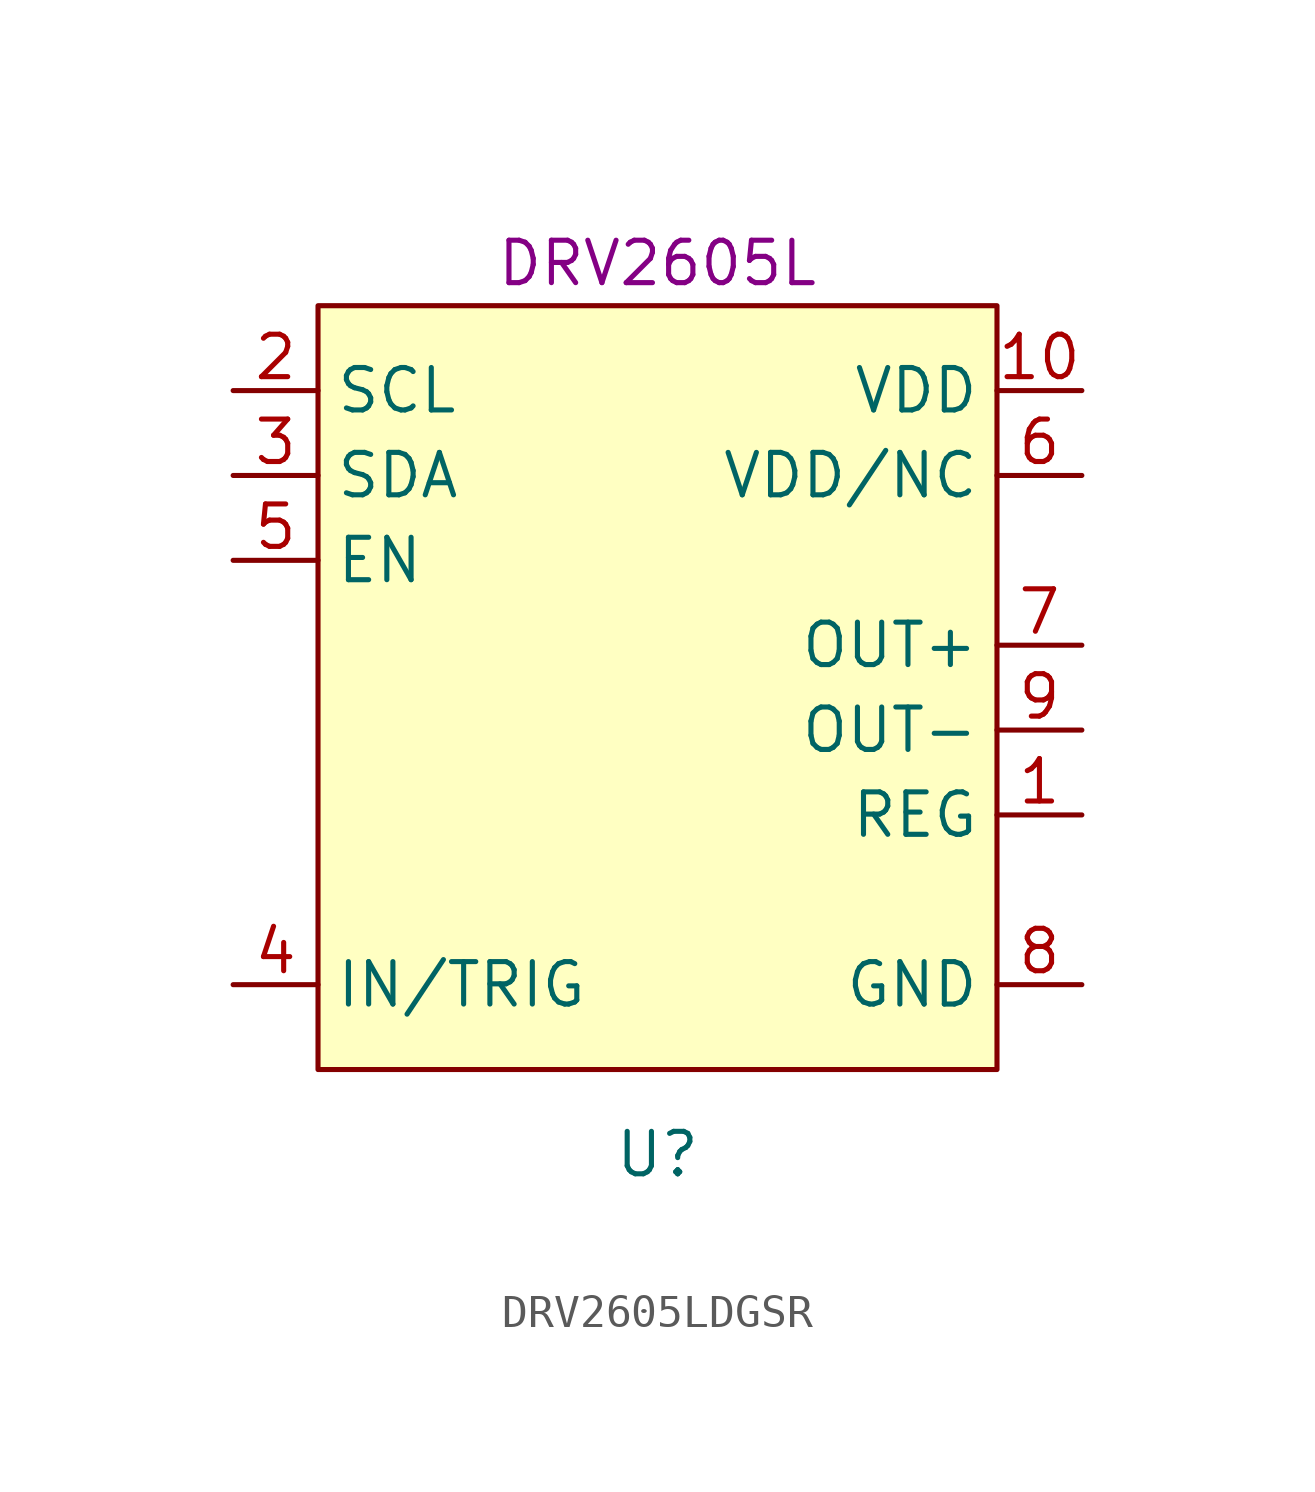
<source format=kicad_sym>
(kicad_symbol_lib
  (version 20220914)
  (generator kicad_symbol_editor)
  (symbol "DRV2605LDGSR"
    (property "Reference" "U"
      (at 0 -15.24 0)
      (effects (font (size 1.27 1.27))))
    (property "Name" "DRV2605L"
      (at 0 11.43 0)
      (effects (font (size 1.27 1.27))))
    (symbol "DRV2605LDGSR_0_1"
      (rectangle (start -10.16 10.16) (end 10.16 -12.7) (stroke (width 0) (type default)) (fill (type background))))
    (symbol "DRV2605LDGSR_1_1"
      (pin output line (at 12.7 -5.08 180) (length 2.54) (name "REG" (effects (font (size 1.27 1.27)))) (number "1" (effects (font (size 1.27 1.27)))))
      (pin power_in line (at 12.7 7.62 180) (length 2.54) (name "VDD" (effects (font (size 1.27 1.27)))) (number "10" (effects (font (size 1.27 1.27)))))
      (pin input line (at -12.7 7.62 0) (length 2.54) (name "SCL" (effects (font (size 1.27 1.27)))) (number "2" (effects (font (size 1.27 1.27)))))
      (pin bidirectional line (at -12.7 5.08 0) (length 2.54) (name "SDA" (effects (font (size 1.27 1.27)))) (number "3" (effects (font (size 1.27 1.27)))))
      (pin input line (at -12.7 -10.16 0) (length 2.54) (name "IN/TRIG" (effects (font (size 1.27 1.27)))) (number "4" (effects (font (size 1.27 1.27)))))
      (pin input line (at -12.7 2.54 0) (length 2.54) (name "EN" (effects (font (size 1.27 1.27)))) (number "5" (effects (font (size 1.27 1.27)))))
      (pin power_in line (at 12.7 5.08 180) (length 2.54) (name "VDD/NC" (effects (font (size 1.27 1.27)))) (number "6" (effects (font (size 1.27 1.27)))))
      (pin output line (at 12.7 0 180) (length 2.54) (name "OUT+" (effects (font (size 1.27 1.27)))) (number "7" (effects (font (size 1.27 1.27)))))
      (pin power_in line (at 12.7 -10.16 180) (length 2.54) (name "GND" (effects (font (size 1.27 1.27)))) (number "8" (effects (font (size 1.27 1.27)))))
      (pin output line (at 12.7 -2.54 180) (length 2.54) (name "OUT-" (effects (font (size 1.27 1.27)))) (number "9" (effects (font (size 1.27 1.27))))))))
</source>
